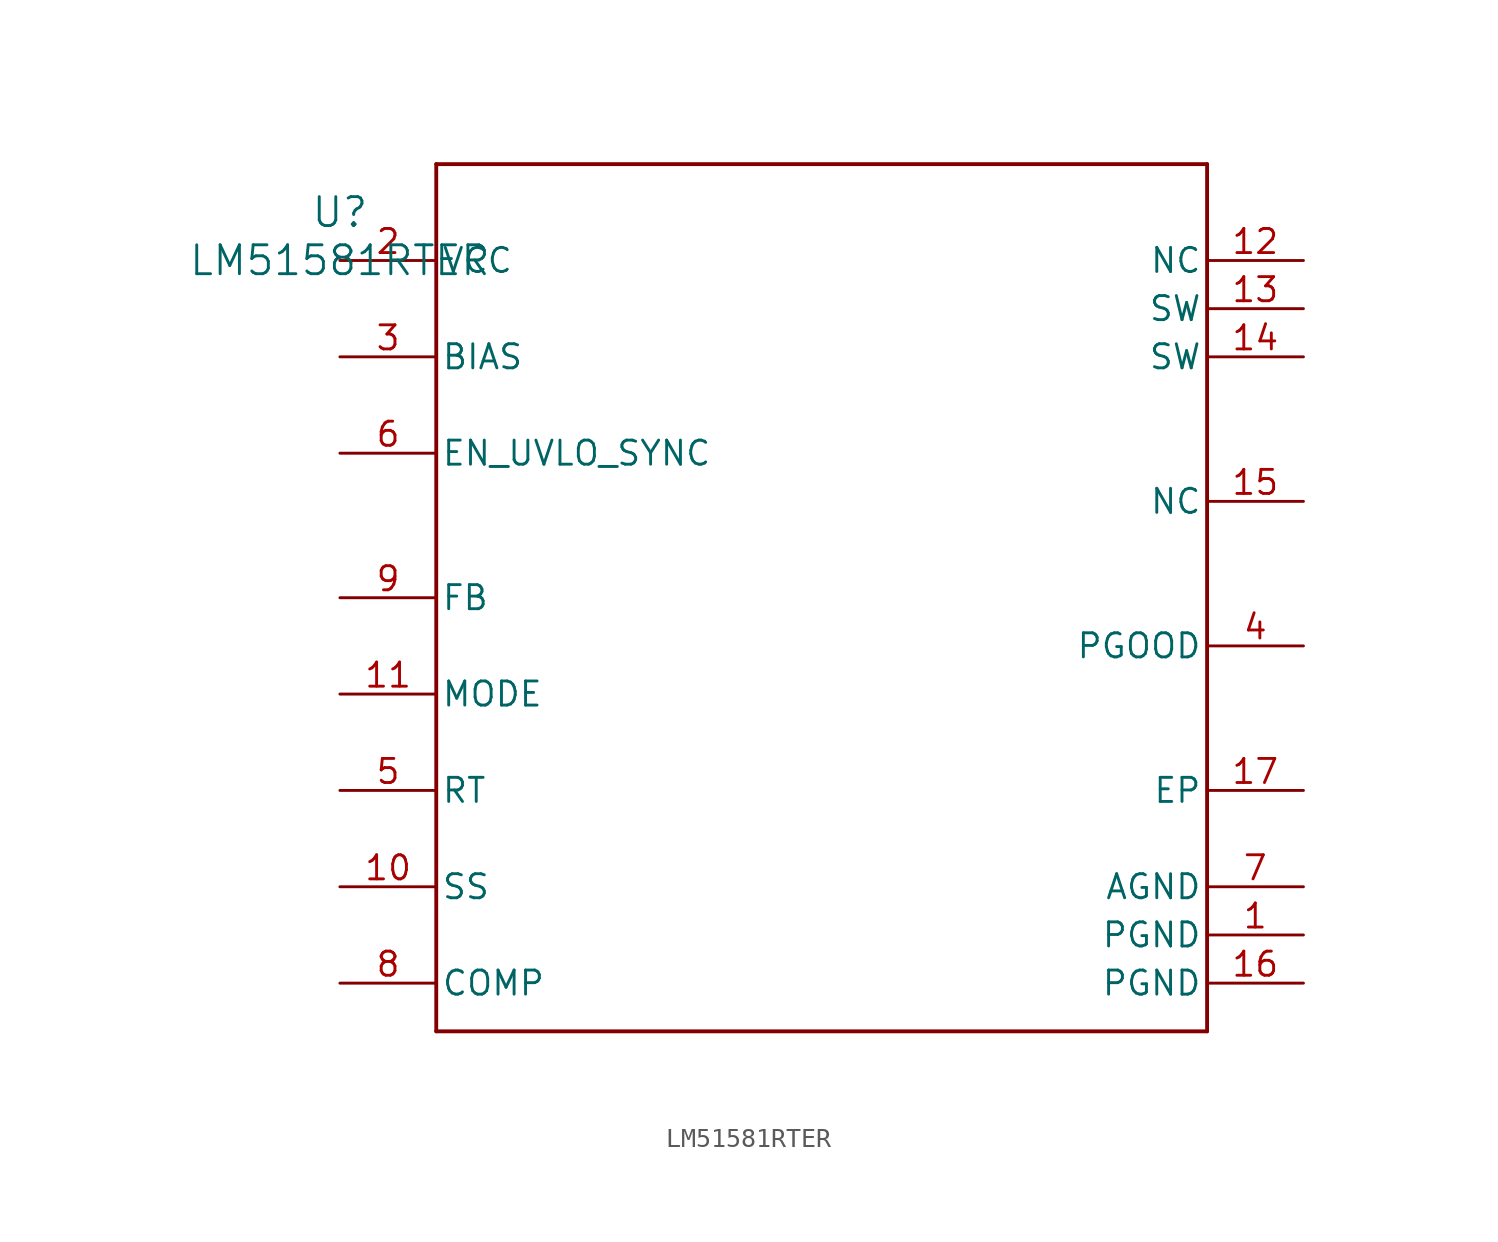
<source format=kicad_sym>
(kicad_symbol_lib
  (version 20211014)
  (generator kicad_symbol_editor)
  (symbol "LM51581RTER"
    (pin_names
      (offset 0.254))
    (property "Reference" "U"
      (at 0 2.54 0)
      (effects (font (size 1.524 1.524))))
    (property "Value" "LM51581RTER"
      (at 0 0 0)
      (effects (font (size 1.524 1.524))))
    (symbol "LM51581RTER_0_1"
      (polyline (pts (xy 5.08 -40.64) (xy 45.72 -40.64)) (stroke (width 0.203) (type default) (color 0 0 0 0)) (fill (type none)))
      (polyline (pts (xy 45.72 -40.64) (xy 45.72 5.08)) (stroke (width 0.203) (type default) (color 0 0 0 0)) (fill (type none)))
      (polyline (pts (xy 45.72 5.08) (xy 5.08 5.08)) (stroke (width 0.203) (type default) (color 0 0 0 0)) (fill (type none)))
      (polyline (pts (xy 5.08 5.08) (xy 5.08 -40.64)) (stroke (width 0.203) (type default) (color 0 0 0 0)) (fill (type none)))
      (pin power_in line (at 50.8 -35.56 180) (length 5.08) (name "PGND" (effects (font (size 1.27 1.27)))) (number "1" (effects (font (size 1.27 1.27)))))
      (pin unspecified line (at 0 0 0) (length 5.08) (name "VCC" (effects (font (size 1.27 1.27)))) (number "2" (effects (font (size 1.27 1.27)))))
      (pin power_in line (at 0 -5.08 0) (length 5.08) (name "BIAS" (effects (font (size 1.27 1.27)))) (number "3" (effects (font (size 1.27 1.27)))))
      (pin open_collector line (at 50.8 -20.32 180) (length 5.08) (name "PGOOD" (effects (font (size 1.27 1.27)))) (number "4" (effects (font (size 1.27 1.27)))))
      (pin unspecified line (at 0 -27.94 0) (length 5.08) (name "RT" (effects (font (size 1.27 1.27)))) (number "5" (effects (font (size 1.27 1.27)))))
      (pin input line (at 0 -10.16 0) (length 5.08) (name "EN_UVLO_SYNC" (effects (font (size 1.27 1.27)))) (number "6" (effects (font (size 1.27 1.27)))))
      (pin power_in line (at 50.8 -33.02 180) (length 5.08) (name "AGND" (effects (font (size 1.27 1.27)))) (number "7" (effects (font (size 1.27 1.27)))))
      (pin unspecified line (at 0 -38.1 0) (length 5.08) (name "COMP" (effects (font (size 1.27 1.27)))) (number "8" (effects (font (size 1.27 1.27)))))
      (pin unspecified line (at 0 -17.78 0) (length 5.08) (name "FB" (effects (font (size 1.27 1.27)))) (number "9" (effects (font (size 1.27 1.27)))))
      (pin unspecified line (at 0 -33.02 0) (length 5.08) (name "SS" (effects (font (size 1.27 1.27)))) (number "10" (effects (font (size 1.27 1.27)))))
      (pin unspecified line (at 0 -22.86 0) (length 5.08) (name "MODE" (effects (font (size 1.27 1.27)))) (number "11" (effects (font (size 1.27 1.27)))))
      (pin unspecified line (at 50.8 0 180) (length 5.08) (name "NC" (effects (font (size 1.27 1.27)))) (number "12" (effects (font (size 1.27 1.27)))))
      (pin unspecified line (at 50.8 -2.54 180) (length 5.08) (name "SW" (effects (font (size 1.27 1.27)))) (number "13" (effects (font (size 1.27 1.27)))))
      (pin unspecified line (at 50.8 -5.08 180) (length 5.08) (name "SW" (effects (font (size 1.27 1.27)))) (number "14" (effects (font (size 1.27 1.27)))))
      (pin unspecified line (at 50.8 -12.7 180) (length 5.08) (name "NC" (effects (font (size 1.27 1.27)))) (number "15" (effects (font (size 1.27 1.27)))))
      (pin power_in line (at 50.8 -38.1 180) (length 5.08) (name "PGND" (effects (font (size 1.27 1.27)))) (number "16" (effects (font (size 1.27 1.27)))))
      (pin power_in line (at 50.8 -27.94 180) (length 5.08) (name "EP" (effects (font (size 1.27 1.27)))) (number "17" (effects (font (size 1.27 1.27))))))))
</source>
